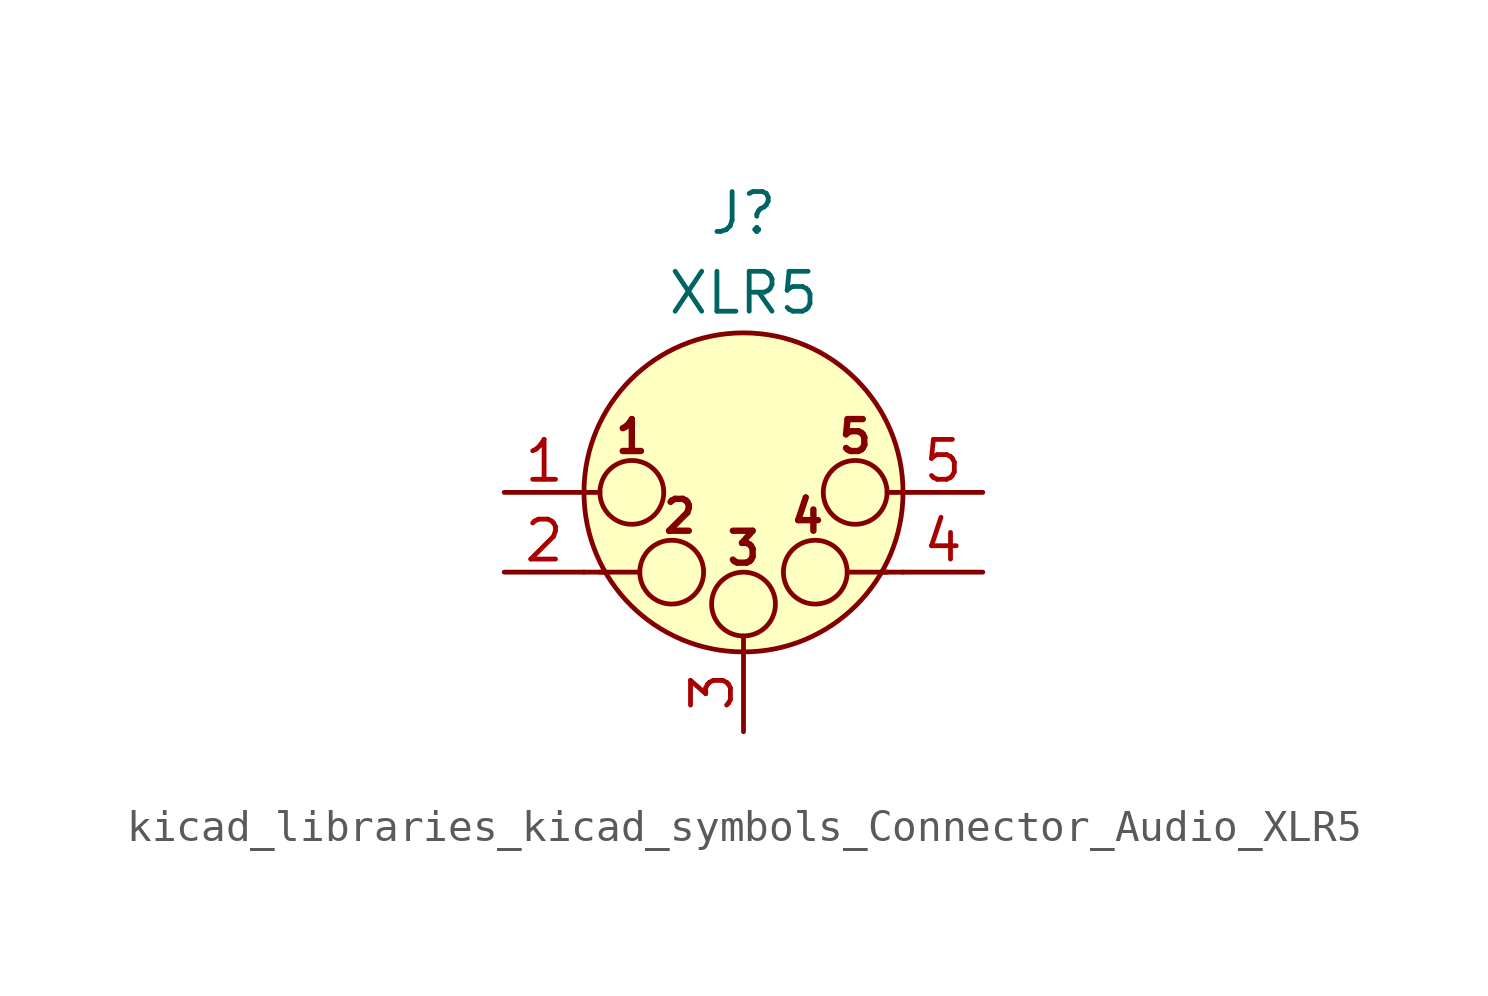
<source format=kicad_sym>
(kicad_symbol_lib
  (version 20220914)
  (generator kicad_symbol_editor)
  (symbol "kicad_libraries_kicad_symbols_Connector_Audio_XLR5"
    (pin_names hide)
    (property "Reference" "J"
      (at 0 8.89 0)
      (effects (font (size 1.27 1.27))))
    (property "Value" "XLR5"
      (at 0 6.35 0)
      (effects (font (size 1.27 1.27))))
    (symbol "kicad_libraries_kicad_symbols_Connector_Audio_XLR5_0_1"
      (circle (center -3.556 0) (radius 1.016) (stroke (width 0) (type default)) (fill (type none)))
      (circle (center -2.286 -2.54) (radius 1.016) (stroke (width 0) (type default)) (fill (type none)))
      (circle (center 0 -3.556) (radius 1.016) (stroke (width 0) (type default)) (fill (type none)))
      (polyline (pts (xy -5.08 -2.54) (xy -4.445 -2.54)) (stroke (width 0) (type default)) (fill (type none)))
      (polyline (pts (xy -5.08 0) (xy -4.572 0)) (stroke (width 0) (type default)) (fill (type none)))
      (polyline (pts (xy -4.572 -2.54) (xy -3.302 -2.54)) (stroke (width 0) (type default)) (fill (type none)))
      (polyline (pts (xy 0 -5.08) (xy 0 -4.572)) (stroke (width 0) (type default)) (fill (type none)))
      (polyline (pts (xy 4.572 -2.54) (xy 3.302 -2.54)) (stroke (width 0) (type default)) (fill (type none)))
      (polyline (pts (xy 5.08 -2.54) (xy 4.445 -2.54)) (stroke (width 0) (type default)) (fill (type none)))
      (polyline (pts (xy 5.08 0) (xy 4.572 0)) (stroke (width 0) (type default)) (fill (type none)))
      (circle (center 0 0) (radius 5.08) (stroke (width 0) (type default)) (fill (type background)))
      (circle (center 2.286 -2.54) (radius 1.016) (stroke (width 0) (type default)) (fill (type none)))
      (circle (center 3.556 0) (radius 1.016) (stroke (width 0) (type default)) (fill (type none)))
      (text "1" (at -3.556 1.778 0) (effects (font (size 1.016 1.016) bold)))
      (text "2" (at -2.032 -0.762 0) (effects (font (size 1.016 1.016) bold)))
      (text "3" (at 0 -1.778 0) (effects (font (size 1.016 1.016) bold)))
      (text "4" (at 2.032 -0.762 0) (effects (font (size 1.016 1.016) bold)))
      (text "5" (at 3.556 1.778 0) (effects (font (size 1.016 1.016) bold))))
    (symbol "kicad_libraries_kicad_symbols_Connector_Audio_XLR5_1_1"
      (pin passive line (at -7.62 0 0) (length 2.54) (name "P1" (effects (font (size 1.27 1.27)))) (number "1" (effects (font (size 1.27 1.27)))))
      (pin passive line (at -7.62 -2.54 0) (length 2.54) (name "P2" (effects (font (size 1.27 1.27)))) (number "2" (effects (font (size 1.27 1.27)))))
      (pin passive line (at 0 -7.62 90) (length 2.54) (name "P3" (effects (font (size 1.27 1.27)))) (number "3" (effects (font (size 1.27 1.27)))))
      (pin passive line (at 7.62 -2.54 180) (length 2.54) (name "P3" (effects (font (size 1.27 1.27)))) (number "4" (effects (font (size 1.27 1.27)))))
      (pin passive line (at 7.62 0 180) (length 2.54) (name "P5" (effects (font (size 1.27 1.27)))) (number "5" (effects (font (size 1.27 1.27))))))))
</source>
